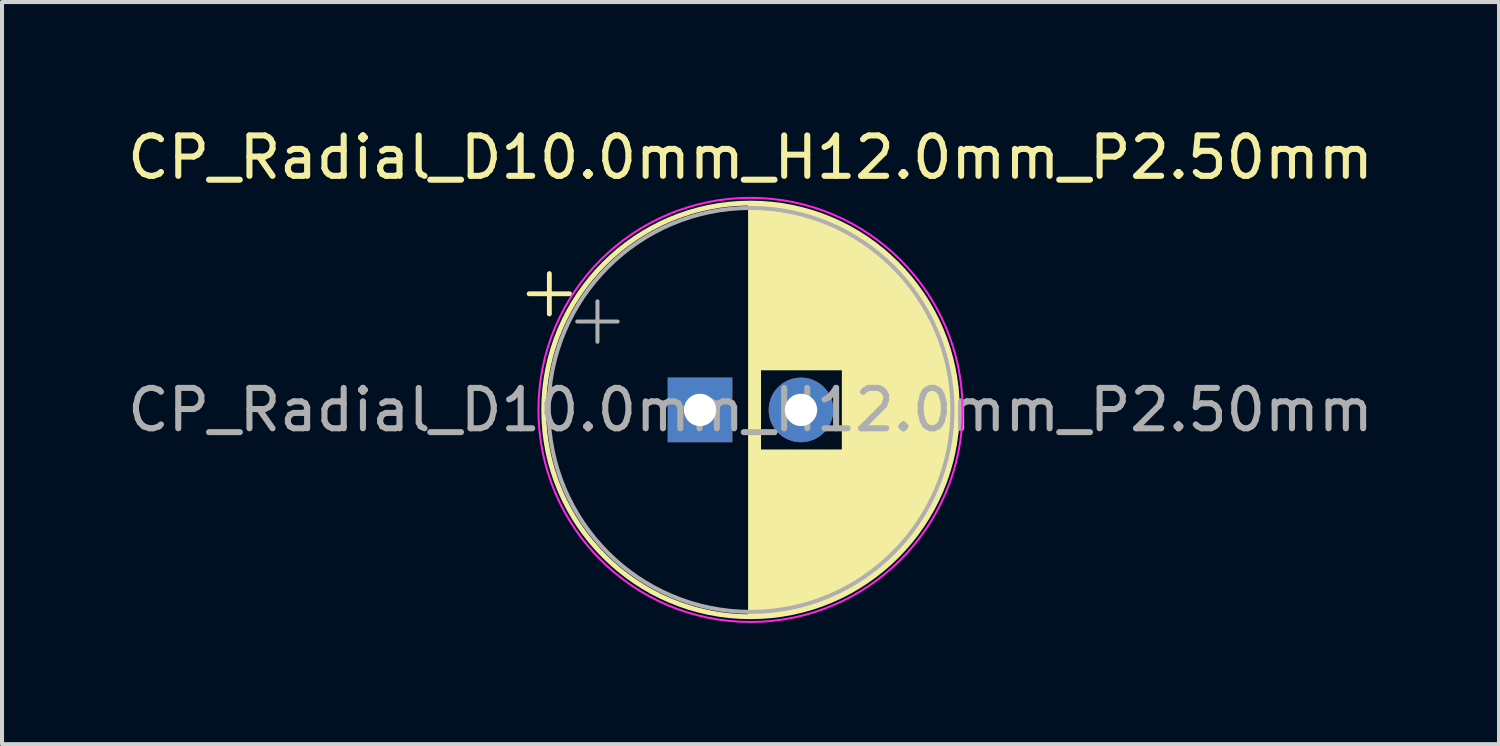
<source format=kicad_pcb>
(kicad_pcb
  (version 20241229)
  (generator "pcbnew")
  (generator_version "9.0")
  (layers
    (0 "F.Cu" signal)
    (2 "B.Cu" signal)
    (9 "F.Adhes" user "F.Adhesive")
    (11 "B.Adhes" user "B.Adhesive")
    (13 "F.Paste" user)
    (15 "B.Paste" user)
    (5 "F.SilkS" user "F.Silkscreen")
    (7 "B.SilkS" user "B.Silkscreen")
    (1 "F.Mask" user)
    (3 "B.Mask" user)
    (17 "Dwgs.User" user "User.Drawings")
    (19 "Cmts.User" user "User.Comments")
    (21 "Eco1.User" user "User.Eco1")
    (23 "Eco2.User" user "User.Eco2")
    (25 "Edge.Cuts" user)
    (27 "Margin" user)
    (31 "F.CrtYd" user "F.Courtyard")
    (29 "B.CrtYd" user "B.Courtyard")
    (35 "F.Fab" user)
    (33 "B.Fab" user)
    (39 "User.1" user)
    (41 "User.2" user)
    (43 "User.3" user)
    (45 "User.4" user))
  (footprint "CP_Radial_D10.0mm_H12.0mm_P2.50mm"
    (layer "F.Cu")
    (at 14.28 7.098)
    (property "Reference" "CP_Radial_D10.0mm_H12.0mm_P2.50mm" (at 1.25 -6.25 0) (layer "F.SilkS") (effects (font (size 1 1) (thickness 0.15))))
    (attr through_hole)
    (fp_line (start -4.23 -2.875) (end -3.23 -2.875) (stroke (width 0.12) (type solid)) (layer "F.SilkS"))
    (fp_line (start -3.73 -3.375) (end -3.73 -2.375) (stroke (width 0.12) (type solid)) (layer "F.SilkS"))
    (fp_line (start 1.25 -5.08) (end 1.25 5.08) (stroke (width 0.12) (type solid)) (layer "F.SilkS"))
    (fp_line (start 1.29 -5.08) (end 1.29 5.08) (stroke (width 0.12) (type solid)) (layer "F.SilkS"))
    (fp_line (start 1.33 -5.08) (end 1.33 5.08) (stroke (width 0.12) (type solid)) (layer "F.SilkS"))
    (fp_line (start 1.37 -5.079) (end 1.37 5.079) (stroke (width 0.12) (type solid)) (layer "F.SilkS"))
    (fp_line (start 1.41 -5.078) (end 1.41 5.078) (stroke (width 0.12) (type solid)) (layer "F.SilkS"))
    (fp_line (start 1.45 -5.077) (end 1.45 5.077) (stroke (width 0.12) (type solid)) (layer "F.SilkS"))
    (fp_line (start 1.49 -5.075) (end 1.49 -1.04) (stroke (width 0.12) (type solid)) (layer "F.SilkS"))
    (fp_line (start 1.49 1.04) (end 1.49 5.075) (stroke (width 0.12) (type solid)) (layer "F.SilkS"))
    (fp_line (start 1.53 -5.073) (end 1.53 -1.04) (stroke (width 0.12) (type solid)) (layer "F.SilkS"))
    (fp_line (start 1.53 1.04) (end 1.53 5.073) (stroke (width 0.12) (type solid)) (layer "F.SilkS"))
    (fp_line (start 1.57 -5.07) (end 1.57 -1.04) (stroke (width 0.12) (type solid)) (layer "F.SilkS"))
    (fp_line (start 1.57 1.04) (end 1.57 5.07) (stroke (width 0.12) (type solid)) (layer "F.SilkS"))
    (fp_line (start 1.61 -5.068) (end 1.61 -1.04) (stroke (width 0.12) (type solid)) (layer "F.SilkS"))
    (fp_line (start 1.61 1.04) (end 1.61 5.068) (stroke (width 0.12) (type solid)) (layer "F.SilkS"))
    (fp_line (start 1.65 -5.065) (end 1.65 -1.04) (stroke (width 0.12) (type solid)) (layer "F.SilkS"))
    (fp_line (start 1.65 1.04) (end 1.65 5.065) (stroke (width 0.12) (type solid)) (layer "F.SilkS"))
    (fp_line (start 1.69 -5.062) (end 1.69 -1.04) (stroke (width 0.12) (type solid)) (layer "F.SilkS"))
    (fp_line (start 1.69 1.04) (end 1.69 5.062) (stroke (width 0.12) (type solid)) (layer "F.SilkS"))
    (fp_line (start 1.73 -5.058) (end 1.73 -1.04) (stroke (width 0.12) (type solid)) (layer "F.SilkS"))
    (fp_line (start 1.73 1.04) (end 1.73 5.058) (stroke (width 0.12) (type solid)) (layer "F.SilkS"))
    (fp_line (start 1.77 -5.054) (end 1.77 -1.04) (stroke (width 0.12) (type solid)) (layer "F.SilkS"))
    (fp_line (start 1.77 1.04) (end 1.77 5.054) (stroke (width 0.12) (type solid)) (layer "F.SilkS"))
    (fp_line (start 1.81 -5.05) (end 1.81 -1.04) (stroke (width 0.12) (type solid)) (layer "F.SilkS"))
    (fp_line (start 1.81 1.04) (end 1.81 5.05) (stroke (width 0.12) (type solid)) (layer "F.SilkS"))
    (fp_line (start 1.85 -5.045) (end 1.85 -1.04) (stroke (width 0.12) (type solid)) (layer "F.SilkS"))
    (fp_line (start 1.85 1.04) (end 1.85 5.045) (stroke (width 0.12) (type solid)) (layer "F.SilkS"))
    (fp_line (start 1.89 -5.04) (end 1.89 -1.04) (stroke (width 0.12) (type solid)) (layer "F.SilkS"))
    (fp_line (start 1.89 1.04) (end 1.89 5.04) (stroke (width 0.12) (type solid)) (layer "F.SilkS"))
    (fp_line (start 1.93 -5.035) (end 1.93 -1.04) (stroke (width 0.12) (type solid)) (layer "F.SilkS"))
    (fp_line (start 1.93 1.04) (end 1.93 5.035) (stroke (width 0.12) (type solid)) (layer "F.SilkS"))
    (fp_line (start 1.971 -5.03) (end 1.971 -1.04) (stroke (width 0.12) (type solid)) (layer "F.SilkS"))
    (fp_line (start 1.971 1.04) (end 1.971 5.03) (stroke (width 0.12) (type solid)) (layer "F.SilkS"))
    (fp_line (start 2.011 -5.024) (end 2.011 -1.04) (stroke (width 0.12) (type solid)) (layer "F.SilkS"))
    (fp_line (start 2.011 1.04) (end 2.011 5.024) (stroke (width 0.12) (type solid)) (layer "F.SilkS"))
    (fp_line (start 2.051 -5.018) (end 2.051 -1.04) (stroke (width 0.12) (type solid)) (layer "F.SilkS"))
    (fp_line (start 2.051 1.04) (end 2.051 5.018) (stroke (width 0.12) (type solid)) (layer "F.SilkS"))
    (fp_line (start 2.091 -5.011) (end 2.091 -1.04) (stroke (width 0.12) (type solid)) (layer "F.SilkS"))
    (fp_line (start 2.091 1.04) (end 2.091 5.011) (stroke (width 0.12) (type solid)) (layer "F.SilkS"))
    (fp_line (start 2.131 -5.004) (end 2.131 -1.04) (stroke (width 0.12) (type solid)) (layer "F.SilkS"))
    (fp_line (start 2.131 1.04) (end 2.131 5.004) (stroke (width 0.12) (type solid)) (layer "F.SilkS"))
    (fp_line (start 2.171 -4.997) (end 2.171 -1.04) (stroke (width 0.12) (type solid)) (layer "F.SilkS"))
    (fp_line (start 2.171 1.04) (end 2.171 4.997) (stroke (width 0.12) (type solid)) (layer "F.SilkS"))
    (fp_line (start 2.211 -4.99) (end 2.211 -1.04) (stroke (width 0.12) (type solid)) (layer "F.SilkS"))
    (fp_line (start 2.211 1.04) (end 2.211 4.99) (stroke (width 0.12) (type solid)) (layer "F.SilkS"))
    (fp_line (start 2.251 -4.982) (end 2.251 -1.04) (stroke (width 0.12) (type solid)) (layer "F.SilkS"))
    (fp_line (start 2.251 1.04) (end 2.251 4.982) (stroke (width 0.12) (type solid)) (layer "F.SilkS"))
    (fp_line (start 2.291 -4.974) (end 2.291 -1.04) (stroke (width 0.12) (type solid)) (layer "F.SilkS"))
    (fp_line (start 2.291 1.04) (end 2.291 4.974) (stroke (width 0.12) (type solid)) (layer "F.SilkS"))
    (fp_line (start 2.331 -4.965) (end 2.331 -1.04) (stroke (width 0.12) (type solid)) (layer "F.SilkS"))
    (fp_line (start 2.331 1.04) (end 2.331 4.965) (stroke (width 0.12) (type solid)) (layer "F.SilkS"))
    (fp_line (start 2.371 -4.956) (end 2.371 -1.04) (stroke (width 0.12) (type solid)) (layer "F.SilkS"))
    (fp_line (start 2.371 1.04) (end 2.371 4.956) (stroke (width 0.12) (type solid)) (layer "F.SilkS"))
    (fp_line (start 2.411 -4.947) (end 2.411 -1.04) (stroke (width 0.12) (type solid)) (layer "F.SilkS"))
    (fp_line (start 2.411 1.04) (end 2.411 4.947) (stroke (width 0.12) (type solid)) (layer "F.SilkS"))
    (fp_line (start 2.451 -4.938) (end 2.451 -1.04) (stroke (width 0.12) (type solid)) (layer "F.SilkS"))
    (fp_line (start 2.451 1.04) (end 2.451 4.938) (stroke (width 0.12) (type solid)) (layer "F.SilkS"))
    (fp_line (start 2.491 -4.928) (end 2.491 -1.04) (stroke (width 0.12) (type solid)) (layer "F.SilkS"))
    (fp_line (start 2.491 1.04) (end 2.491 4.928) (stroke (width 0.12) (type solid)) (layer "F.SilkS"))
    (fp_line (start 2.531 -4.918) (end 2.531 -1.04) (stroke (width 0.12) (type solid)) (layer "F.SilkS"))
    (fp_line (start 2.531 1.04) (end 2.531 4.918) (stroke (width 0.12) (type solid)) (layer "F.SilkS"))
    (fp_line (start 2.571 -4.907) (end 2.571 -1.04) (stroke (width 0.12) (type solid)) (layer "F.SilkS"))
    (fp_line (start 2.571 1.04) (end 2.571 4.907) (stroke (width 0.12) (type solid)) (layer "F.SilkS"))
    (fp_line (start 2.611 -4.897) (end 2.611 -1.04) (stroke (width 0.12) (type solid)) (layer "F.SilkS"))
    (fp_line (start 2.611 1.04) (end 2.611 4.897) (stroke (width 0.12) (type solid)) (layer "F.SilkS"))
    (fp_line (start 2.651 -4.885) (end 2.651 -1.04) (stroke (width 0.12) (type solid)) (layer "F.SilkS"))
    (fp_line (start 2.651 1.04) (end 2.651 4.885) (stroke (width 0.12) (type solid)) (layer "F.SilkS"))
    (fp_line (start 2.691 -4.874) (end 2.691 -1.04) (stroke (width 0.12) (type solid)) (layer "F.SilkS"))
    (fp_line (start 2.691 1.04) (end 2.691 4.874) (stroke (width 0.12) (type solid)) (layer "F.SilkS"))
    (fp_line (start 2.731 -4.862) (end 2.731 -1.04) (stroke (width 0.12) (type solid)) (layer "F.SilkS"))
    (fp_line (start 2.731 1.04) (end 2.731 4.862) (stroke (width 0.12) (type solid)) (layer "F.SilkS"))
    (fp_line (start 2.771 -4.85) (end 2.771 -1.04) (stroke (width 0.12) (type solid)) (layer "F.SilkS"))
    (fp_line (start 2.771 1.04) (end 2.771 4.85) (stroke (width 0.12) (type solid)) (layer "F.SilkS"))
    (fp_line (start 2.811 -4.837) (end 2.811 -1.04) (stroke (width 0.12) (type solid)) (layer "F.SilkS"))
    (fp_line (start 2.811 1.04) (end 2.811 4.837) (stroke (width 0.12) (type solid)) (layer "F.SilkS"))
    (fp_line (start 2.851 -4.824) (end 2.851 -1.04) (stroke (width 0.12) (type solid)) (layer "F.SilkS"))
    (fp_line (start 2.851 1.04) (end 2.851 4.824) (stroke (width 0.12) (type solid)) (layer "F.SilkS"))
    (fp_line (start 2.891 -4.811) (end 2.891 -1.04) (stroke (width 0.12) (type solid)) (layer "F.SilkS"))
    (fp_line (start 2.891 1.04) (end 2.891 4.811) (stroke (width 0.12) (type solid)) (layer "F.SilkS"))
    (fp_line (start 2.931 -4.797) (end 2.931 -1.04) (stroke (width 0.12) (type solid)) (layer "F.SilkS"))
    (fp_line (start 2.931 1.04) (end 2.931 4.797) (stroke (width 0.12) (type solid)) (layer "F.SilkS"))
    (fp_line (start 2.971 -4.783) (end 2.971 -1.04) (stroke (width 0.12) (type solid)) (layer "F.SilkS"))
    (fp_line (start 2.971 1.04) (end 2.971 4.783) (stroke (width 0.12) (type solid)) (layer "F.SilkS"))
    (fp_line (start 3.011 -4.768) (end 3.011 -1.04) (stroke (width 0.12) (type solid)) (layer "F.SilkS"))
    (fp_line (start 3.011 1.04) (end 3.011 4.768) (stroke (width 0.12) (type solid)) (layer "F.SilkS"))
    (fp_line (start 3.051 -4.754) (end 3.051 -1.04) (stroke (width 0.12) (type solid)) (layer "F.SilkS"))
    (fp_line (start 3.051 1.04) (end 3.051 4.754) (stroke (width 0.12) (type solid)) (layer "F.SilkS"))
    (fp_line (start 3.091 -4.738) (end 3.091 -1.04) (stroke (width 0.12) (type solid)) (layer "F.SilkS"))
    (fp_line (start 3.091 1.04) (end 3.091 4.738) (stroke (width 0.12) (type solid)) (layer "F.SilkS"))
    (fp_line (start 3.131 -4.723) (end 3.131 -1.04) (stroke (width 0.12) (type solid)) (layer "F.SilkS"))
    (fp_line (start 3.131 1.04) (end 3.131 4.723) (stroke (width 0.12) (type solid)) (layer "F.SilkS"))
    (fp_line (start 3.171 -4.707) (end 3.171 -1.04) (stroke (width 0.12) (type solid)) (layer "F.SilkS"))
    (fp_line (start 3.171 1.04) (end 3.171 4.707) (stroke (width 0.12) (type solid)) (layer "F.SilkS"))
    (fp_line (start 3.211 -4.69) (end 3.211 -1.04) (stroke (width 0.12) (type solid)) (layer "F.SilkS"))
    (fp_line (start 3.211 1.04) (end 3.211 4.69) (stroke (width 0.12) (type solid)) (layer "F.SilkS"))
    (fp_line (start 3.251 -4.674) (end 3.251 -1.04) (stroke (width 0.12) (type solid)) (layer "F.SilkS"))
    (fp_line (start 3.251 1.04) (end 3.251 4.674) (stroke (width 0.12) (type solid)) (layer "F.SilkS"))
    (fp_line (start 3.291 -4.657) (end 3.291 -1.04) (stroke (width 0.12) (type solid)) (layer "F.SilkS"))
    (fp_line (start 3.291 1.04) (end 3.291 4.657) (stroke (width 0.12) (type solid)) (layer "F.SilkS"))
    (fp_line (start 3.331 -4.639) (end 3.331 -1.04) (stroke (width 0.12) (type solid)) (layer "F.SilkS"))
    (fp_line (start 3.331 1.04) (end 3.331 4.639) (stroke (width 0.12) (type solid)) (layer "F.SilkS"))
    (fp_line (start 3.371 -4.621) (end 3.371 -1.04) (stroke (width 0.12) (type solid)) (layer "F.SilkS"))
    (fp_line (start 3.371 1.04) (end 3.371 4.621) (stroke (width 0.12) (type solid)) (layer "F.SilkS"))
    (fp_line (start 3.411 -4.603) (end 3.411 -1.04) (stroke (width 0.12) (type solid)) (layer "F.SilkS"))
    (fp_line (start 3.411 1.04) (end 3.411 4.603) (stroke (width 0.12) (type solid)) (layer "F.SilkS"))
    (fp_line (start 3.451 -4.584) (end 3.451 -1.04) (stroke (width 0.12) (type solid)) (layer "F.SilkS"))
    (fp_line (start 3.451 1.04) (end 3.451 4.584) (stroke (width 0.12) (type solid)) (layer "F.SilkS"))
    (fp_line (start 3.491 -4.564) (end 3.491 -1.04) (stroke (width 0.12) (type solid)) (layer "F.SilkS"))
    (fp_line (start 3.491 1.04) (end 3.491 4.564) (stroke (width 0.12) (type solid)) (layer "F.SilkS"))
    (fp_line (start 3.531 -4.545) (end 3.531 -1.04) (stroke (width 0.12) (type solid)) (layer "F.SilkS"))
    (fp_line (start 3.531 1.04) (end 3.531 4.545) (stroke (width 0.12) (type solid)) (layer "F.SilkS"))
    (fp_line (start 3.571 -4.525) (end 3.571 4.525) (stroke (width 0.12) (type solid)) (layer "F.SilkS"))
    (fp_line (start 3.611 -4.504) (end 3.611 4.504) (stroke (width 0.12) (type solid)) (layer "F.SilkS"))
    (fp_line (start 3.651 -4.483) (end 3.651 4.483) (stroke (width 0.12) (type solid)) (layer "F.SilkS"))
    (fp_line (start 3.691 -4.462) (end 3.691 4.462) (stroke (width 0.12) (type solid)) (layer "F.SilkS"))
    (fp_line (start 3.731 -4.44) (end 3.731 4.44) (stroke (width 0.12) (type solid)) (layer "F.SilkS"))
    (fp_line (start 3.771 -4.417) (end 3.771 4.417) (stroke (width 0.12) (type solid)) (layer "F.SilkS"))
    (fp_line (start 3.811 -4.395) (end 3.811 4.395) (stroke (width 0.12) (type solid)) (layer "F.SilkS"))
    (fp_line (start 3.851 -4.371) (end 3.851 4.371) (stroke (width 0.12) (type solid)) (layer "F.SilkS"))
    (fp_line (start 3.891 -4.347) (end 3.891 4.347) (stroke (width 0.12) (type solid)) (layer "F.SilkS"))
    (fp_line (start 3.931 -4.323) (end 3.931 4.323) (stroke (width 0.12) (type solid)) (layer "F.SilkS"))
    (fp_line (start 3.971 -4.298) (end 3.971 4.298) (stroke (width 0.12) (type solid)) (layer "F.SilkS"))
    (fp_line (start 4.011 -4.273) (end 4.011 4.273) (stroke (width 0.12) (type solid)) (layer "F.SilkS"))
    (fp_line (start 4.051 -4.247) (end 4.051 4.247) (stroke (width 0.12) (type solid)) (layer "F.SilkS"))
    (fp_line (start 4.091 -4.221) (end 4.091 4.221) (stroke (width 0.12) (type solid)) (layer "F.SilkS"))
    (fp_line (start 4.131 -4.194) (end 4.131 4.194) (stroke (width 0.12) (type solid)) (layer "F.SilkS"))
    (fp_line (start 4.171 -4.166) (end 4.171 4.166) (stroke (width 0.12) (type solid)) (layer "F.SilkS"))
    (fp_line (start 4.211 -4.138) (end 4.211 4.138) (stroke (width 0.12) (type solid)) (layer "F.SilkS"))
    (fp_line (start 4.251 -4.11) (end 4.251 4.11) (stroke (width 0.12) (type solid)) (layer "F.SilkS"))
    (fp_line (start 4.291 -4.08) (end 4.291 4.08) (stroke (width 0.12) (type solid)) (layer "F.SilkS"))
    (fp_line (start 4.331 -4.05) (end 4.331 4.05) (stroke (width 0.12) (type solid)) (layer "F.SilkS"))
    (fp_line (start 4.371 -4.02) (end 4.371 4.02) (stroke (width 0.12) (type solid)) (layer "F.SilkS"))
    (fp_line (start 4.411 -3.989) (end 4.411 3.989) (stroke (width 0.12) (type solid)) (layer "F.SilkS"))
    (fp_line (start 4.451 -3.957) (end 4.451 3.957) (stroke (width 0.12) (type solid)) (layer "F.SilkS"))
    (fp_line (start 4.491 -3.925) (end 4.491 3.925) (stroke (width 0.12) (type solid)) (layer "F.SilkS"))
    (fp_line (start 4.531 -3.892) (end 4.531 3.892) (stroke (width 0.12) (type solid)) (layer "F.SilkS"))
    (fp_line (start 4.571 -3.858) (end 4.571 3.858) (stroke (width 0.12) (type solid)) (layer "F.SilkS"))
    (fp_line (start 4.611 -3.824) (end 4.611 3.824) (stroke (width 0.12) (type solid)) (layer "F.SilkS"))
    (fp_line (start 4.651 -3.789) (end 4.651 3.789) (stroke (width 0.12) (type solid)) (layer "F.SilkS"))
    (fp_line (start 4.691 -3.753) (end 4.691 3.753) (stroke (width 0.12) (type solid)) (layer "F.SilkS"))
    (fp_line (start 4.731 -3.716) (end 4.731 3.716) (stroke (width 0.12) (type solid)) (layer "F.SilkS"))
    (fp_line (start 4.771 -3.679) (end 4.771 3.679) (stroke (width 0.12) (type solid)) (layer "F.SilkS"))
    (fp_line (start 4.811 -3.64) (end 4.811 3.64) (stroke (width 0.12) (type solid)) (layer "F.SilkS"))
    (fp_line (start 4.851 -3.601) (end 4.851 3.601) (stroke (width 0.12) (type solid)) (layer "F.SilkS"))
    (fp_line (start 4.891 -3.561) (end 4.891 3.561) (stroke (width 0.12) (type solid)) (layer "F.SilkS"))
    (fp_line (start 4.931 -3.52) (end 4.931 3.52) (stroke (width 0.12) (type solid)) (layer "F.SilkS"))
    (fp_line (start 4.971 -3.478) (end 4.971 3.478) (stroke (width 0.12) (type solid)) (layer "F.SilkS"))
    (fp_line (start 5.011 -3.436) (end 5.011 3.436) (stroke (width 0.12) (type solid)) (layer "F.SilkS"))
    (fp_line (start 5.051 -3.392) (end 5.051 3.392) (stroke (width 0.12) (type solid)) (layer "F.SilkS"))
    (fp_line (start 5.091 -3.347) (end 5.091 3.347) (stroke (width 0.12) (type solid)) (layer "F.SilkS"))
    (fp_line (start 5.131 -3.301) (end 5.131 3.301) (stroke (width 0.12) (type solid)) (layer "F.SilkS"))
    (fp_line (start 5.171 -3.254) (end 5.171 3.254) (stroke (width 0.12) (type solid)) (layer "F.SilkS"))
    (fp_line (start 5.211 -3.206) (end 5.211 3.206) (stroke (width 0.12) (type solid)) (layer "F.SilkS"))
    (fp_line (start 5.251 -3.156) (end 5.251 3.156) (stroke (width 0.12) (type solid)) (layer "F.SilkS"))
    (fp_line (start 5.291 -3.106) (end 5.291 3.106) (stroke (width 0.12) (type solid)) (layer "F.SilkS"))
    (fp_line (start 5.331 -3.054) (end 5.331 3.054) (stroke (width 0.12) (type solid)) (layer "F.SilkS"))
    (fp_line (start 5.371 -3) (end 5.371 3) (stroke (width 0.12) (type solid)) (layer "F.SilkS"))
    (fp_line (start 5.411 -2.945) (end 5.411 2.945) (stroke (width 0.12) (type solid)) (layer "F.SilkS"))
    (fp_line (start 5.451 -2.889) (end 5.451 2.889) (stroke (width 0.12) (type solid)) (layer "F.SilkS"))
    (fp_line (start 5.491 -2.83) (end 5.491 2.83) (stroke (width 0.12) (type solid)) (layer "F.SilkS"))
    (fp_line (start 5.531 -2.77) (end 5.531 2.77) (stroke (width 0.12) (type solid)) (layer "F.SilkS"))
    (fp_line (start 5.571 -2.709) (end 5.571 2.709) (stroke (width 0.12) (type solid)) (layer "F.SilkS"))
    (fp_line (start 5.611 -2.645) (end 5.611 2.645) (stroke (width 0.12) (type solid)) (layer "F.SilkS"))
    (fp_line (start 5.651 -2.579) (end 5.651 2.579) (stroke (width 0.12) (type solid)) (layer "F.SilkS"))
    (fp_line (start 5.691 -2.51) (end 5.691 2.51) (stroke (width 0.12) (type solid)) (layer "F.SilkS"))
    (fp_line (start 5.731 -2.439) (end 5.731 2.439) (stroke (width 0.12) (type solid)) (layer "F.SilkS"))
    (fp_line (start 5.771 -2.365) (end 5.771 2.365) (stroke (width 0.12) (type solid)) (layer "F.SilkS"))
    (fp_line (start 5.811 -2.289) (end 5.811 2.289) (stroke (width 0.12) (type solid)) (layer "F.SilkS"))
    (fp_line (start 5.851 -2.209) (end 5.851 2.209) (stroke (width 0.12) (type solid)) (layer "F.SilkS"))
    (fp_line (start 5.891 -2.125) (end 5.891 2.125) (stroke (width 0.12) (type solid)) (layer "F.SilkS"))
    (fp_line (start 5.931 -2.037) (end 5.931 2.037) (stroke (width 0.12) (type solid)) (layer "F.SilkS"))
    (fp_line (start 5.971 -1.944) (end 5.971 1.944) (stroke (width 0.12) (type solid)) (layer "F.SilkS"))
    (fp_line (start 6.011 -1.846) (end 6.011 1.846) (stroke (width 0.12) (type solid)) (layer "F.SilkS"))
    (fp_line (start 6.051 -1.742) (end 6.051 1.742) (stroke (width 0.12) (type solid)) (layer "F.SilkS"))
    (fp_line (start 6.091 -1.63) (end 6.091 1.63) (stroke (width 0.12) (type solid)) (layer "F.SilkS"))
    (fp_line (start 6.131 -1.51) (end 6.131 1.51) (stroke (width 0.12) (type solid)) (layer "F.SilkS"))
    (fp_line (start 6.171 -1.378) (end 6.171 1.378) (stroke (width 0.12) (type solid)) (layer "F.SilkS"))
    (fp_line (start 6.211 -1.23) (end 6.211 1.23) (stroke (width 0.12) (type solid)) (layer "F.SilkS"))
    (fp_line (start 6.251 -1.062) (end 6.251 1.062) (stroke (width 0.12) (type solid)) (layer "F.SilkS"))
    (fp_line (start 6.291 -0.862) (end 6.291 0.862) (stroke (width 0.12) (type solid)) (layer "F.SilkS"))
    (fp_line (start 6.331 -0.599) (end 6.331 0.599) (stroke (width 0.12) (type solid)) (layer "F.SilkS"))
    (fp_circle (center 1.25 0) (end 6.37 0) (stroke (width 0.12) (type solid)) (fill no) (layer "F.SilkS"))
    (fp_circle (center 1.25 0) (end 6.5 0) (stroke (width 0.05) (type solid)) (fill no) (layer "F.CrtYd"))
    (fp_line (start -3.039 -2.188) (end -2.039 -2.188) (stroke (width 0.1) (type solid)) (layer "F.Fab"))
    (fp_line (start -2.539 -2.688) (end -2.539 -1.688) (stroke (width 0.1) (type solid)) (layer "F.Fab"))
    (fp_circle (center 1.25 0) (end 6.25 0) (stroke (width 0.1) (type solid)) (fill no) (layer "F.Fab"))
    (fp_text user "${REFERENCE}" (at 1.25 0 0) (layer "F.Fab") (effects (font (size 1 1) (thickness 0.15))))
    (pad "1" thru_hole rect (at 0 0) (size 1.6 1.6) (drill 0.8) (layers "*.Cu" "*.Mask"))
    (pad "2" thru_hole circle (at 2.5 0) (size 1.6 1.6) (drill 0.8) (layers "*.Cu" "*.Mask")))
  (gr_rect
    (start -3 -3)
    (end 34.06 15.373)
    (stroke (width 0.1) (type default))
    (fill no)
    (layer "Edge.Cuts")))
</source>
